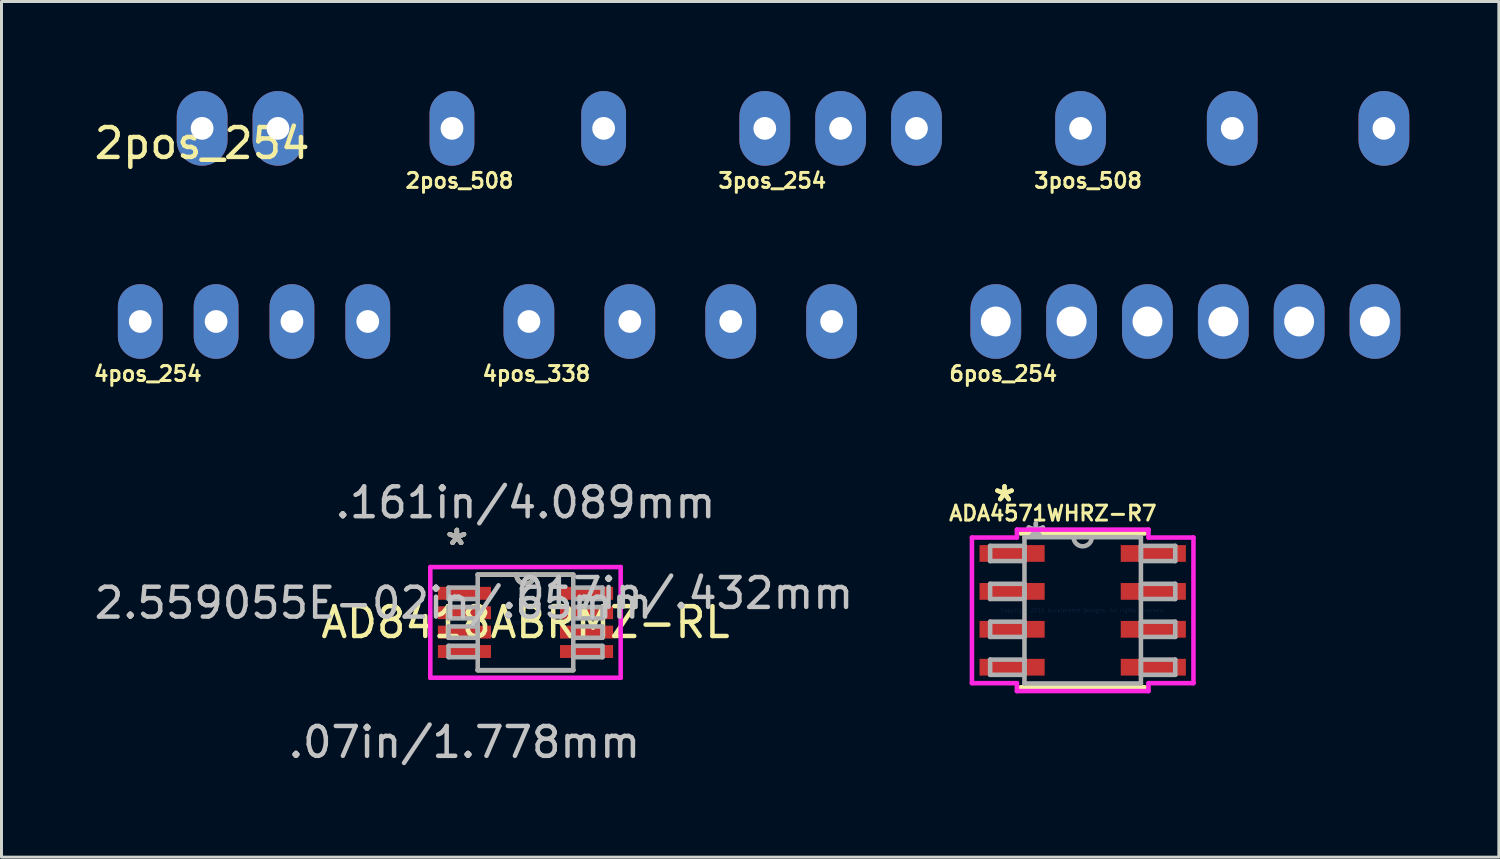
<source format=kicad_pcb>
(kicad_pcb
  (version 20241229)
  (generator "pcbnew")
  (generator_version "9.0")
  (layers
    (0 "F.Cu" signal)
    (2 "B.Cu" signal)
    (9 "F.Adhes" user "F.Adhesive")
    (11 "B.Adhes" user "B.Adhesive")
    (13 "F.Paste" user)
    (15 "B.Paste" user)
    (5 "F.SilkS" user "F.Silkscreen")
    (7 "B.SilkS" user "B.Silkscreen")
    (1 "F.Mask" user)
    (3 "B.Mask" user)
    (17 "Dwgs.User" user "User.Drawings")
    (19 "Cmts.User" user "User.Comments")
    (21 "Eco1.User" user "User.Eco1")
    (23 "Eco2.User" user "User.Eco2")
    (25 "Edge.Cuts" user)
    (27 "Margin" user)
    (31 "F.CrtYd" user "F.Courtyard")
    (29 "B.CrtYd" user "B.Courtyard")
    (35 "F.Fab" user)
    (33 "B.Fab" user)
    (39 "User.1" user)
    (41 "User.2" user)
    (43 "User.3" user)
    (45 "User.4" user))
  (footprint "3pos_508"
    (layer "F.Cu")
    (at 33.143 1.25)
    (property "Reference" "3pos_508" (at 0.25 1.75 0) (layer "F.SilkS") (effects (font (size 0.5 0.5) (thickness 0.1))))
    (attr through_hole)
    (pad "1" thru_hole oval (at 0 0) (size 1.7 2.5) (drill 0.762) (layers "*.Cu" "*.Mask"))
    (pad "2" thru_hole oval (at 5.08 0) (size 1.7 2.5) (drill 0.762) (layers "*.Cu" "*.Mask"))
    (pad "3" thru_hole oval (at 10.16 0) (size 1.7 2.5) (drill 0.762) (layers "*.Cu" "*.Mask")))
  (footprint "AD8418ABRMZ-RL"
    (layer "F.Cu")
    (at 14.551 17.797)
    (property "Reference" "AD8418ABRMZ-RL" (at 0 0 0) (layer "F.SilkS") (effects (font (size 1 1) (thickness 0.15))))
    (attr through_hole)
    (fp_line (start -1.6 1.6) (end 1.6 1.6) (stroke (width 0.152) (type solid)) (layer "F.SilkS"))
    (fp_line (start 1.6 -1.6) (end -1.6 -1.6) (stroke (width 0.152) (type solid)) (layer "F.SilkS"))
    (fp_arc (start 0.3048 -1.6002) (mid 0 -1.2954) (end -0.3048 -1.6002) (stroke (width 0.1524) (type solid)) (layer "F.SilkS"))
    (fp_line (start -3.188 -1.854) (end 3.188 -1.854) (stroke (width 0.152) (type solid)) (layer "F.CrtYd"))
    (fp_line (start -3.188 1.854) (end -3.188 -1.854) (stroke (width 0.152) (type solid)) (layer "F.CrtYd"))
    (fp_line (start 3.188 -1.854) (end 3.188 1.854) (stroke (width 0.152) (type solid)) (layer "F.CrtYd"))
    (fp_line (start 3.188 1.854) (end -3.188 1.854) (stroke (width 0.152) (type solid)) (layer "F.CrtYd"))
    (fp_line (start -2.578 -1.165) (end -2.578 -0.784) (stroke (width 0.152) (type solid)) (layer "F.Fab"))
    (fp_line (start -2.578 -0.784) (end -1.6 -0.784) (stroke (width 0.152) (type solid)) (layer "F.Fab"))
    (fp_line (start -2.578 -0.515) (end -2.578 -0.135) (stroke (width 0.152) (type solid)) (layer "F.Fab"))
    (fp_line (start -2.578 -0.135) (end -1.6 -0.135) (stroke (width 0.152) (type solid)) (layer "F.Fab"))
    (fp_line (start -2.578 0.135) (end -2.578 0.515) (stroke (width 0.152) (type solid)) (layer "F.Fab"))
    (fp_line (start -2.578 0.515) (end -1.6 0.515) (stroke (width 0.152) (type solid)) (layer "F.Fab"))
    (fp_line (start -2.578 0.784) (end -2.578 1.165) (stroke (width 0.152) (type solid)) (layer "F.Fab"))
    (fp_line (start -2.578 1.165) (end -1.6 1.165) (stroke (width 0.152) (type solid)) (layer "F.Fab"))
    (fp_line (start -1.6 -1.6) (end -1.6 1.6) (stroke (width 0.152) (type solid)) (layer "F.Fab"))
    (fp_line (start -1.6 -1.165) (end -2.578 -1.165) (stroke (width 0.152) (type solid)) (layer "F.Fab"))
    (fp_line (start -1.6 -0.784) (end -1.6 -1.165) (stroke (width 0.152) (type solid)) (layer "F.Fab"))
    (fp_line (start -1.6 -0.515) (end -2.578 -0.515) (stroke (width 0.152) (type solid)) (layer "F.Fab"))
    (fp_line (start -1.6 -0.135) (end -1.6 -0.515) (stroke (width 0.152) (type solid)) (layer "F.Fab"))
    (fp_line (start -1.6 0.135) (end -2.578 0.135) (stroke (width 0.152) (type solid)) (layer "F.Fab"))
    (fp_line (start -1.6 0.515) (end -1.6 0.135) (stroke (width 0.152) (type solid)) (layer "F.Fab"))
    (fp_line (start -1.6 0.784) (end -2.578 0.784) (stroke (width 0.152) (type solid)) (layer "F.Fab"))
    (fp_line (start -1.6 1.165) (end -1.6 0.784) (stroke (width 0.152) (type solid)) (layer "F.Fab"))
    (fp_line (start -1.6 1.6) (end 1.6 1.6) (stroke (width 0.152) (type solid)) (layer "F.Fab"))
    (fp_line (start 1.6 -1.6) (end -1.6 -1.6) (stroke (width 0.152) (type solid)) (layer "F.Fab"))
    (fp_line (start 1.6 -1.165) (end 1.6 -0.784) (stroke (width 0.152) (type solid)) (layer "F.Fab"))
    (fp_line (start 1.6 -0.784) (end 2.578 -0.784) (stroke (width 0.152) (type solid)) (layer "F.Fab"))
    (fp_line (start 1.6 -0.515) (end 1.6 -0.135) (stroke (width 0.152) (type solid)) (layer "F.Fab"))
    (fp_line (start 1.6 -0.135) (end 2.578 -0.135) (stroke (width 0.152) (type solid)) (layer "F.Fab"))
    (fp_line (start 1.6 0.135) (end 1.6 0.515) (stroke (width 0.152) (type solid)) (layer "F.Fab"))
    (fp_line (start 1.6 0.515) (end 2.578 0.515) (stroke (width 0.152) (type solid)) (layer "F.Fab"))
    (fp_line (start 1.6 0.784) (end 1.6 1.165) (stroke (width 0.152) (type solid)) (layer "F.Fab"))
    (fp_line (start 1.6 1.165) (end 2.578 1.165) (stroke (width 0.152) (type solid)) (layer "F.Fab"))
    (fp_line (start 1.6 1.6) (end 1.6 -1.6) (stroke (width 0.152) (type solid)) (layer "F.Fab"))
    (fp_line (start 2.578 -1.165) (end 1.6 -1.165) (stroke (width 0.152) (type solid)) (layer "F.Fab"))
    (fp_line (start 2.578 -0.784) (end 2.578 -1.165) (stroke (width 0.152) (type solid)) (layer "F.Fab"))
    (fp_line (start 2.578 -0.515) (end 1.6 -0.515) (stroke (width 0.152) (type solid)) (layer "F.Fab"))
    (fp_line (start 2.578 -0.135) (end 2.578 -0.515) (stroke (width 0.152) (type solid)) (layer "F.Fab"))
    (fp_line (start 2.578 0.135) (end 1.6 0.135) (stroke (width 0.152) (type solid)) (layer "F.Fab"))
    (fp_line (start 2.578 0.515) (end 2.578 0.135) (stroke (width 0.152) (type solid)) (layer "F.Fab"))
    (fp_line (start 2.578 0.784) (end 1.6 0.784) (stroke (width 0.152) (type solid)) (layer "F.Fab"))
    (fp_line (start 2.578 1.165) (end 2.578 0.784) (stroke (width 0.152) (type solid)) (layer "F.Fab"))
    (fp_arc (start 0.3048 -1.6002) (mid 0 -1.2954) (end -0.3048 -1.6002) (stroke (width 0.1524) (type solid)) (layer "F.Fab"))
    (fp_text user "*" (at -2.299 -2.55 0) (layer "F.SilkS") (effects (font (size 1 1) (thickness 0.15))))
    (fp_text user "*" (at -2.299 -2.55 0) (layer "F.SilkS") (effects (font (size 1 1) (thickness 0.15))))
    (fp_text user ".017in/.432mm" (at 5.093 -0.975 0) (layer "Dwgs.User") (effects (font (size 1 1) (thickness 0.15))))
    (fp_text user ".161in/4.089mm" (at 0 -4.013 0) (layer "Dwgs.User") (effects (font (size 1 1) (thickness 0.15))))
    (fp_text user ".07in/1.778mm" (at -2.045 4.013 0) (layer "Dwgs.User") (effects (font (size 1 1) (thickness 0.15))))
    (fp_text user "2.559055E-02in/.65mm" (at -5.093 -0.65 0) (layer "Dwgs.User") (effects (font (size 1 1) (thickness 0.15))))
    (fp_text user "Copyright 2016 Accelerated Designs. All rights reserved." (at 0 0 0) (layer "Cmts.User") (effects (font (size 0.127 0.127) (thickness 0.002))))
    (fp_text user "*" (at -2.299 -2.55 0) (layer "F.Fab") (effects (font (size 1 1) (thickness 0.15))))
    (fp_text user "*" (at -2.299 -2.55 0) (layer "F.Fab") (effects (font (size 1 1) (thickness 0.15))))
    (pad "1" smd rect (at -2.045 -0.975) (size 1.778 0.432) (layers "F.Cu" "F.Mask" "F.Paste"))
    (pad "2" smd rect (at -2.045 -0.325) (size 1.778 0.432) (layers "F.Cu" "F.Mask" "F.Paste"))
    (pad "3" smd rect (at -2.045 0.325) (size 1.778 0.432) (layers "F.Cu" "F.Mask" "F.Paste"))
    (pad "4" smd rect (at -2.045 0.975) (size 1.778 0.432) (layers "F.Cu" "F.Mask" "F.Paste"))
    (pad "5" smd rect (at 2.045 0.975) (size 1.778 0.432) (layers "F.Cu" "F.Mask" "F.Paste"))
    (pad "6" smd rect (at 2.045 0.325) (size 1.778 0.432) (layers "F.Cu" "F.Mask" "F.Paste"))
    (pad "7" smd rect (at 2.045 -0.325) (size 1.778 0.432) (layers "F.Cu" "F.Mask" "F.Paste"))
    (pad "8" smd rect (at 2.045 -0.975) (size 1.778 0.432) (layers "F.Cu" "F.Mask" "F.Paste")))
  (footprint "2pos_254"
    (layer "F.Cu")
    (at 3.72 1.25)
    (property "Reference" "2pos_254" (at 0 0.5 0) (layer "F.SilkS") (effects (font (size 1 1) (thickness 0.15))))
    (attr through_hole)
    (pad "1" thru_hole oval (at 0 0) (size 1.7 2.5) (drill 0.762) (layers "*.Cu" "*.Mask"))
    (pad "2" thru_hole oval (at 2.54 0) (size 1.7 2.5) (drill 0.762) (layers "*.Cu" "*.Mask")))
  (footprint "6pos_254"
    (layer "F.Cu")
    (at 30.303 7.718)
    (property "Reference" "6pos_254" (at 0.25 1.75 0) (layer "F.SilkS") (effects (font (size 0.5 0.5) (thickness 0.1))))
    (attr through_hole)
    (pad "1" thru_hole oval (at 0 0) (size 1.7 2.5) (drill 1) (layers "*.Cu" "*.Mask"))
    (pad "2" thru_hole oval (at 2.54 0) (size 1.7 2.5) (drill 1) (layers "*.Cu" "*.Mask"))
    (pad "3" thru_hole oval (at 5.08 0) (size 1.7 2.5) (drill 1) (layers "*.Cu" "*.Mask"))
    (pad "4" thru_hole oval (at 7.62 0) (size 1.7 2.5) (drill 1) (layers "*.Cu" "*.Mask"))
    (pad "5" thru_hole oval (at 10.16 0) (size 1.7 2.5) (drill 1) (layers "*.Cu" "*.Mask"))
    (pad "6" thru_hole oval (at 12.7 0) (size 1.7 2.5) (drill 1) (layers "*.Cu" "*.Mask")))
  (footprint "4pos_254"
    (layer "F.Cu")
    (at 1.648 7.718)
    (property "Reference" "4pos_254" (at 0.25 1.75 0) (layer "F.SilkS") (effects (font (size 0.5 0.5) (thickness 0.1))))
    (attr through_hole)
    (pad "1" thru_hole oval (at 0 0) (size 1.5 2.5) (drill 0.762) (layers "*.Cu" "*.Mask"))
    (pad "2" thru_hole oval (at 2.54 0) (size 1.5 2.5) (drill 0.762) (layers "*.Cu" "*.Mask"))
    (pad "3" thru_hole oval (at 5.08 0) (size 1.5 2.5) (drill 0.762) (layers "*.Cu" "*.Mask"))
    (pad "4" thru_hole oval (at 7.62 0) (size 1.5 2.5) (drill 0.762) (layers "*.Cu" "*.Mask")))
  (footprint "ADA4571WHRZ-R7"
    (layer "F.Cu")
    (at 33.214 17.393)
    (property "Reference" "ADA4571WHRZ-R7" (at -1 -3.25 0) (layer "F.SilkS") (effects (font (size 0.5 0.5) (thickness 0.1))))
    (attr through_hole)
    (fp_line (start -2.077 2.577) (end 2.077 2.577) (stroke (width 0.152) (type solid)) (layer "F.SilkS"))
    (fp_line (start 2.077 -2.577) (end -2.077 -2.577) (stroke (width 0.152) (type solid)) (layer "F.SilkS"))
    (fp_line (start -3.71 -2.439) (end -2.204 -2.439) (stroke (width 0.152) (type solid)) (layer "F.CrtYd"))
    (fp_line (start -3.71 2.439) (end -3.71 -2.439) (stroke (width 0.152) (type solid)) (layer "F.CrtYd"))
    (fp_line (start -2.204 -2.704) (end 2.204 -2.704) (stroke (width 0.152) (type solid)) (layer "F.CrtYd"))
    (fp_line (start -2.204 -2.439) (end -2.204 -2.704) (stroke (width 0.152) (type solid)) (layer "F.CrtYd"))
    (fp_line (start -2.204 2.439) (end -3.71 2.439) (stroke (width 0.152) (type solid)) (layer "F.CrtYd"))
    (fp_line (start -2.204 2.704) (end -2.204 2.439) (stroke (width 0.152) (type solid)) (layer "F.CrtYd"))
    (fp_line (start 2.204 -2.704) (end 2.204 -2.439) (stroke (width 0.152) (type solid)) (layer "F.CrtYd"))
    (fp_line (start 2.204 -2.439) (end 3.71 -2.439) (stroke (width 0.152) (type solid)) (layer "F.CrtYd"))
    (fp_line (start 2.204 2.439) (end 2.204 2.704) (stroke (width 0.152) (type solid)) (layer "F.CrtYd"))
    (fp_line (start 2.204 2.704) (end -2.204 2.704) (stroke (width 0.152) (type solid)) (layer "F.CrtYd"))
    (fp_line (start 3.71 -2.439) (end 3.71 2.439) (stroke (width 0.152) (type solid)) (layer "F.CrtYd"))
    (fp_line (start 3.71 2.439) (end 2.204 2.439) (stroke (width 0.152) (type solid)) (layer "F.CrtYd"))
    (fp_line (start -3.1 -2.16) (end -3.1 -1.65) (stroke (width 0.152) (type solid)) (layer "F.Fab"))
    (fp_line (start -3.1 -1.65) (end -1.95 -1.65) (stroke (width 0.152) (type solid)) (layer "F.Fab"))
    (fp_line (start -3.1 -0.89) (end -3.1 -0.38) (stroke (width 0.152) (type solid)) (layer "F.Fab"))
    (fp_line (start -3.1 -0.38) (end -1.95 -0.38) (stroke (width 0.152) (type solid)) (layer "F.Fab"))
    (fp_line (start -3.1 0.38) (end -3.1 0.89) (stroke (width 0.152) (type solid)) (layer "F.Fab"))
    (fp_line (start -3.1 0.89) (end -1.95 0.89) (stroke (width 0.152) (type solid)) (layer "F.Fab"))
    (fp_line (start -3.1 1.65) (end -3.1 2.16) (stroke (width 0.152) (type solid)) (layer "F.Fab"))
    (fp_line (start -3.1 2.16) (end -1.95 2.16) (stroke (width 0.152) (type solid)) (layer "F.Fab"))
    (fp_line (start -1.95 -2.45) (end -1.95 2.45) (stroke (width 0.152) (type solid)) (layer "F.Fab"))
    (fp_line (start -1.95 -2.16) (end -3.1 -2.16) (stroke (width 0.152) (type solid)) (layer "F.Fab"))
    (fp_line (start -1.95 -1.65) (end -1.95 -2.16) (stroke (width 0.152) (type solid)) (layer "F.Fab"))
    (fp_line (start -1.95 -0.89) (end -3.1 -0.89) (stroke (width 0.152) (type solid)) (layer "F.Fab"))
    (fp_line (start -1.95 -0.38) (end -1.95 -0.89) (stroke (width 0.152) (type solid)) (layer "F.Fab"))
    (fp_line (start -1.95 0.38) (end -3.1 0.38) (stroke (width 0.152) (type solid)) (layer "F.Fab"))
    (fp_line (start -1.95 0.89) (end -1.95 0.38) (stroke (width 0.152) (type solid)) (layer "F.Fab"))
    (fp_line (start -1.95 1.65) (end -3.1 1.65) (stroke (width 0.152) (type solid)) (layer "F.Fab"))
    (fp_line (start -1.95 2.16) (end -1.95 1.65) (stroke (width 0.152) (type solid)) (layer "F.Fab"))
    (fp_line (start -1.95 2.45) (end 1.95 2.45) (stroke (width 0.152) (type solid)) (layer "F.Fab"))
    (fp_line (start 1.95 -2.45) (end -1.95 -2.45) (stroke (width 0.152) (type solid)) (layer "F.Fab"))
    (fp_line (start 1.95 -2.16) (end 1.95 -1.65) (stroke (width 0.152) (type solid)) (layer "F.Fab"))
    (fp_line (start 1.95 -1.65) (end 3.1 -1.65) (stroke (width 0.152) (type solid)) (layer "F.Fab"))
    (fp_line (start 1.95 -0.89) (end 1.95 -0.38) (stroke (width 0.152) (type solid)) (layer "F.Fab"))
    (fp_line (start 1.95 -0.38) (end 3.1 -0.38) (stroke (width 0.152) (type solid)) (layer "F.Fab"))
    (fp_line (start 1.95 0.38) (end 1.95 0.89) (stroke (width 0.152) (type solid)) (layer "F.Fab"))
    (fp_line (start 1.95 0.89) (end 3.1 0.89) (stroke (width 0.152) (type solid)) (layer "F.Fab"))
    (fp_line (start 1.95 1.65) (end 1.95 2.16) (stroke (width 0.152) (type solid)) (layer "F.Fab"))
    (fp_line (start 1.95 2.16) (end 3.1 2.16) (stroke (width 0.152) (type solid)) (layer "F.Fab"))
    (fp_line (start 1.95 2.45) (end 1.95 -2.45) (stroke (width 0.152) (type solid)) (layer "F.Fab"))
    (fp_line (start 3.1 -2.16) (end 1.95 -2.16) (stroke (width 0.152) (type solid)) (layer "F.Fab"))
    (fp_line (start 3.1 -1.65) (end 3.1 -2.16) (stroke (width 0.152) (type solid)) (layer "F.Fab"))
    (fp_line (start 3.1 -0.89) (end 1.95 -0.89) (stroke (width 0.152) (type solid)) (layer "F.Fab"))
    (fp_line (start 3.1 -0.38) (end 3.1 -0.89) (stroke (width 0.152) (type solid)) (layer "F.Fab"))
    (fp_line (start 3.1 0.38) (end 1.95 0.38) (stroke (width 0.152) (type solid)) (layer "F.Fab"))
    (fp_line (start 3.1 0.89) (end 3.1 0.38) (stroke (width 0.152) (type solid)) (layer "F.Fab"))
    (fp_line (start 3.1 1.65) (end 1.95 1.65) (stroke (width 0.152) (type solid)) (layer "F.Fab"))
    (fp_line (start 3.1 2.16) (end 3.1 1.65) (stroke (width 0.152) (type solid)) (layer "F.Fab"))
    (fp_arc (start 0.3048 -2.45) (mid 0 -2.1452) (end -0.3048 -2.45) (stroke (width 0.1524) (type solid)) (layer "F.Fab"))
    (fp_text user "*" (at -2.619 -3.609 0) (layer "F.SilkS") (effects (font (size 1 1) (thickness 0.15))))
    (fp_text user "*" (at -2.619 -3.609 0) (layer "F.SilkS") (effects (font (size 1 1) (thickness 0.15))))
    (fp_text user "Copyright 2016 Accelerated Designs. All rights reserved." (at 0 0 0) (layer "Cmts.User") (effects (font (size 0.127 0.127) (thickness 0.002))))
    (fp_text user "*" (at -1.569 -2.374 0) (layer "F.Fab") (effects (font (size 1 1) (thickness 0.15))))
    (fp_text user "*" (at -1.569 -2.374 0) (layer "F.Fab") (effects (font (size 1 1) (thickness 0.15))))
    (pad "1" smd rect (at -2.365 -1.905) (size 2.181 0.561) (layers "F.Cu" "F.Mask" "F.Paste"))
    (pad "2" smd rect (at -2.365 -0.635) (size 2.181 0.561) (layers "F.Cu" "F.Mask" "F.Paste"))
    (pad "3" smd rect (at -2.365 0.635) (size 2.181 0.561) (layers "F.Cu" "F.Mask" "F.Paste"))
    (pad "4" smd rect (at -2.365 1.905) (size 2.181 0.561) (layers "F.Cu" "F.Mask" "F.Paste"))
    (pad "5" smd rect (at 2.365 1.905) (size 2.181 0.561) (layers "F.Cu" "F.Mask" "F.Paste"))
    (pad "6" smd rect (at 2.365 0.635) (size 2.181 0.561) (layers "F.Cu" "F.Mask" "F.Paste"))
    (pad "7" smd rect (at 2.365 -0.635) (size 2.181 0.561) (layers "F.Cu" "F.Mask" "F.Paste"))
    (pad "8" smd rect (at 2.365 -1.905) (size 2.181 0.561) (layers "F.Cu" "F.Mask" "F.Paste")))
  (footprint "2pos_508"
    (layer "F.Cu")
    (at 12.088 1.25)
    (property "Reference" "2pos_508" (at 0.25 1.75 0) (layer "F.SilkS") (effects (font (size 0.5 0.5) (thickness 0.1))))
    (attr through_hole)
    (pad "1" thru_hole oval (at 0 0) (size 1.5 2.5) (drill 0.762) (layers "*.Cu" "*.Mask"))
    (pad "2" thru_hole oval (at 5.08 0) (size 1.5 2.5) (drill 0.762) (layers "*.Cu" "*.Mask")))
  (footprint "3pos_254"
    (layer "F.Cu")
    (at 22.566 1.25)
    (property "Reference" "3pos_254" (at 0.25 1.75 0) (layer "F.SilkS") (effects (font (size 0.5 0.5) (thickness 0.1))))
    (attr through_hole)
    (pad "1" thru_hole oval (at 0 0) (size 1.7 2.5) (drill 0.762) (layers "*.Cu" "*.Mask"))
    (pad "2" thru_hole oval (at 2.54 0) (size 1.7 2.5) (drill 0.762) (layers "*.Cu" "*.Mask"))
    (pad "3" thru_hole oval (at 5.08 0) (size 1.7 2.5) (drill 0.762) (layers "*.Cu" "*.Mask")))
  (footprint "4pos_338"
    (layer "F.Cu")
    (at 14.665 7.718)
    (property "Reference" "4pos_338" (at 0.25 1.75 0) (layer "F.SilkS") (effects (font (size 0.5 0.5) (thickness 0.1))))
    (attr through_hole)
    (pad "1" thru_hole oval (at 0 0) (size 1.7 2.5) (drill 0.762) (layers "*.Cu" "*.Mask"))
    (pad "2" thru_hole oval (at 3.38 0) (size 1.7 2.5) (drill 0.762) (layers "*.Cu" "*.Mask"))
    (pad "3" thru_hole oval (at 6.76 0) (size 1.7 2.5) (drill 0.762) (layers "*.Cu" "*.Mask"))
    (pad "4" thru_hole oval (at 10.14 0) (size 1.7 2.5) (drill 0.762) (layers "*.Cu" "*.Mask")))
  (gr_rect
    (start -3 -3)
    (end 47.153 25.659)
    (stroke (width 0.1) (type default))
    (fill no)
    (layer "Edge.Cuts")))
</source>
